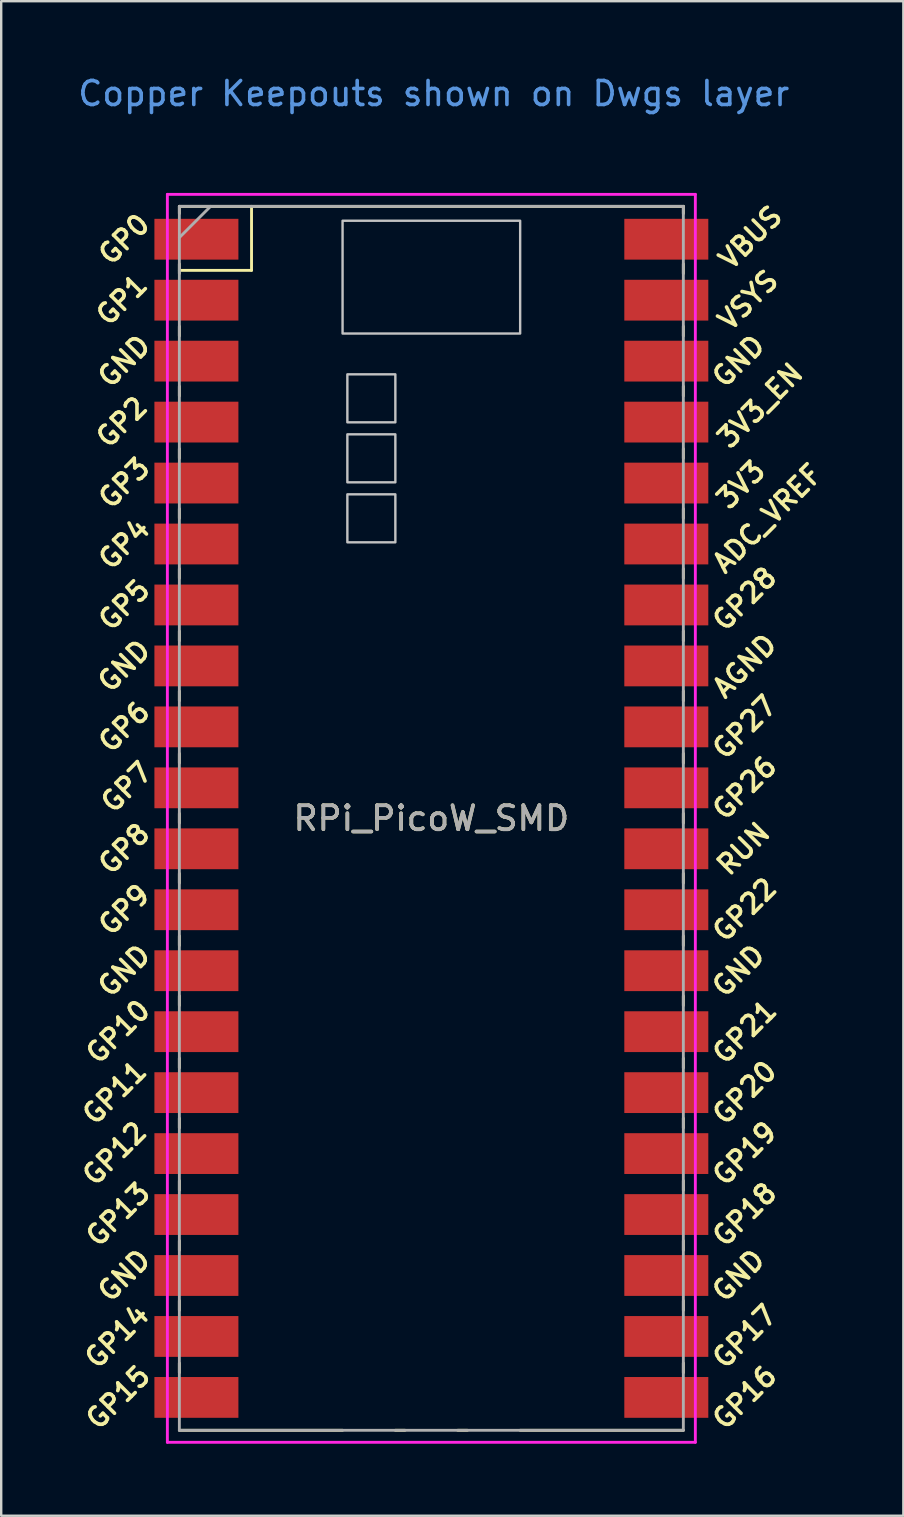
<source format=kicad_pcb>
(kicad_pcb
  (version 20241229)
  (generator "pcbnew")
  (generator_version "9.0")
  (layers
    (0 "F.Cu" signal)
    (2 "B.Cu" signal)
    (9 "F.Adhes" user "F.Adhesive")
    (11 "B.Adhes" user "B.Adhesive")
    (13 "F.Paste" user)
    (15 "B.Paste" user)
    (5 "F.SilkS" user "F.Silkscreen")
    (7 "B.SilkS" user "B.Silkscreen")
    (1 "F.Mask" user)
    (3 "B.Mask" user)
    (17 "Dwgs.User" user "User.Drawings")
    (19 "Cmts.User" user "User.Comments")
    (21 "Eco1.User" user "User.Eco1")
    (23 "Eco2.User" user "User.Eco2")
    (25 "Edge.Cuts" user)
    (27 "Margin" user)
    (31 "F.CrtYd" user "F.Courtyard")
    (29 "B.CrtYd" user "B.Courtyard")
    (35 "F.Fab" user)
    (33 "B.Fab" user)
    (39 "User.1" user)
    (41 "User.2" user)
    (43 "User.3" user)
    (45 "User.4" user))
  (footprint "RPi_PicoW_SMD"
    (layer "F.Cu")
    (at 14.924 31.048)
    (property "Reference" "RPi_PicoW_SMD" (at 0 0 0) (layer "F.SilkS") (effects (font (size 1 1) (thickness 0.15))))
    (attr through_hole)
    (fp_line (start -10.5 -25.5) (end -10.5 -25.2) (stroke (width 0.12) (type solid)) (layer "F.SilkS"))
    (fp_line (start -10.5 -25.5) (end 10.5 -25.5) (stroke (width 0.12) (type solid)) (layer "F.SilkS"))
    (fp_line (start -10.5 -23.1) (end -10.5 -22.7) (stroke (width 0.12) (type solid)) (layer "F.SilkS"))
    (fp_line (start -10.5 -22.833) (end -7.493 -22.833) (stroke (width 0.12) (type solid)) (layer "F.SilkS"))
    (fp_line (start -10.5 -20.5) (end -10.5 -20.1) (stroke (width 0.12) (type solid)) (layer "F.SilkS"))
    (fp_line (start -10.5 -18) (end -10.5 -17.6) (stroke (width 0.12) (type solid)) (layer "F.SilkS"))
    (fp_line (start -10.5 -15.4) (end -10.5 -15) (stroke (width 0.12) (type solid)) (layer "F.SilkS"))
    (fp_line (start -10.5 -12.9) (end -10.5 -12.5) (stroke (width 0.12) (type solid)) (layer "F.SilkS"))
    (fp_line (start -10.5 -10.4) (end -10.5 -10) (stroke (width 0.12) (type solid)) (layer "F.SilkS"))
    (fp_line (start -10.5 -7.8) (end -10.5 -7.4) (stroke (width 0.12) (type solid)) (layer "F.SilkS"))
    (fp_line (start -10.5 -5.3) (end -10.5 -4.9) (stroke (width 0.12) (type solid)) (layer "F.SilkS"))
    (fp_line (start -10.5 -2.7) (end -10.5 -2.3) (stroke (width 0.12) (type solid)) (layer "F.SilkS"))
    (fp_line (start -10.5 -0.2) (end -10.5 0.2) (stroke (width 0.12) (type solid)) (layer "F.SilkS"))
    (fp_line (start -10.5 2.3) (end -10.5 2.7) (stroke (width 0.12) (type solid)) (layer "F.SilkS"))
    (fp_line (start -10.5 4.9) (end -10.5 5.3) (stroke (width 0.12) (type solid)) (layer "F.SilkS"))
    (fp_line (start -10.5 7.4) (end -10.5 7.8) (stroke (width 0.12) (type solid)) (layer "F.SilkS"))
    (fp_line (start -10.5 10) (end -10.5 10.4) (stroke (width 0.12) (type solid)) (layer "F.SilkS"))
    (fp_line (start -10.5 12.5) (end -10.5 12.9) (stroke (width 0.12) (type solid)) (layer "F.SilkS"))
    (fp_line (start -10.5 15.1) (end -10.5 15.5) (stroke (width 0.12) (type solid)) (layer "F.SilkS"))
    (fp_line (start -10.5 17.6) (end -10.5 18) (stroke (width 0.12) (type solid)) (layer "F.SilkS"))
    (fp_line (start -10.5 20.1) (end -10.5 20.5) (stroke (width 0.12) (type solid)) (layer "F.SilkS"))
    (fp_line (start -10.5 22.7) (end -10.5 23.1) (stroke (width 0.12) (type solid)) (layer "F.SilkS"))
    (fp_line (start -7.493 -22.833) (end -7.493 -25.5) (stroke (width 0.12) (type solid)) (layer "F.SilkS"))
    (fp_line (start -3.7 25.5) (end -10.5 25.5) (stroke (width 0.12) (type solid)) (layer "F.SilkS"))
    (fp_line (start -1.5 25.5) (end -1.1 25.5) (stroke (width 0.12) (type solid)) (layer "F.SilkS"))
    (fp_line (start 1.1 25.5) (end 1.5 25.5) (stroke (width 0.12) (type solid)) (layer "F.SilkS"))
    (fp_line (start 10.5 -25.5) (end 10.5 -25.2) (stroke (width 0.12) (type solid)) (layer "F.SilkS"))
    (fp_line (start 10.5 -23.1) (end 10.5 -22.7) (stroke (width 0.12) (type solid)) (layer "F.SilkS"))
    (fp_line (start 10.5 -20.5) (end 10.5 -20.1) (stroke (width 0.12) (type solid)) (layer "F.SilkS"))
    (fp_line (start 10.5 -18) (end 10.5 -17.6) (stroke (width 0.12) (type solid)) (layer "F.SilkS"))
    (fp_line (start 10.5 -15.4) (end 10.5 -15) (stroke (width 0.12) (type solid)) (layer "F.SilkS"))
    (fp_line (start 10.5 -12.9) (end 10.5 -12.5) (stroke (width 0.12) (type solid)) (layer "F.SilkS"))
    (fp_line (start 10.5 -10.4) (end 10.5 -10) (stroke (width 0.12) (type solid)) (layer "F.SilkS"))
    (fp_line (start 10.5 -7.8) (end 10.5 -7.4) (stroke (width 0.12) (type solid)) (layer "F.SilkS"))
    (fp_line (start 10.5 -5.3) (end 10.5 -4.9) (stroke (width 0.12) (type solid)) (layer "F.SilkS"))
    (fp_line (start 10.5 -2.7) (end 10.5 -2.3) (stroke (width 0.12) (type solid)) (layer "F.SilkS"))
    (fp_line (start 10.5 -0.2) (end 10.5 0.2) (stroke (width 0.12) (type solid)) (layer "F.SilkS"))
    (fp_line (start 10.5 2.3) (end 10.5 2.7) (stroke (width 0.12) (type solid)) (layer "F.SilkS"))
    (fp_line (start 10.5 4.9) (end 10.5 5.3) (stroke (width 0.12) (type solid)) (layer "F.SilkS"))
    (fp_line (start 10.5 7.4) (end 10.5 7.8) (stroke (width 0.12) (type solid)) (layer "F.SilkS"))
    (fp_line (start 10.5 10) (end 10.5 10.4) (stroke (width 0.12) (type solid)) (layer "F.SilkS"))
    (fp_line (start 10.5 12.5) (end 10.5 12.9) (stroke (width 0.12) (type solid)) (layer "F.SilkS"))
    (fp_line (start 10.5 15.1) (end 10.5 15.5) (stroke (width 0.12) (type solid)) (layer "F.SilkS"))
    (fp_line (start 10.5 17.6) (end 10.5 18) (stroke (width 0.12) (type solid)) (layer "F.SilkS"))
    (fp_line (start 10.5 20.1) (end 10.5 20.5) (stroke (width 0.12) (type solid)) (layer "F.SilkS"))
    (fp_line (start 10.5 22.7) (end 10.5 23.1) (stroke (width 0.12) (type solid)) (layer "F.SilkS"))
    (fp_line (start 10.5 25.5) (end 3.7 25.5) (stroke (width 0.12) (type solid)) (layer "F.SilkS"))
    (fp_poly (pts (xy -1.5 -16.5) (xy -3.5 -16.5) (xy -3.5 -18.5) (xy -1.5 -18.5)) (stroke (width 0.1) (type solid)) (fill no) (layer "Dwgs.User"))
    (fp_poly (pts (xy -1.5 -14) (xy -3.5 -14) (xy -3.5 -16) (xy -1.5 -16)) (stroke (width 0.1) (type solid)) (fill no) (layer "Dwgs.User"))
    (fp_poly (pts (xy -1.5 -11.5) (xy -3.5 -11.5) (xy -3.5 -13.5) (xy -1.5 -13.5)) (stroke (width 0.1) (type solid)) (fill no) (layer "Dwgs.User"))
    (fp_poly (pts (xy 3.7 -20.2) (xy -3.7 -20.2) (xy -3.7 -24.9) (xy 3.7 -24.9)) (stroke (width 0.1) (type solid)) (fill no) (layer "Dwgs.User"))
    (fp_line (start -11 -26) (end 11 -26) (stroke (width 0.12) (type solid)) (layer "F.CrtYd"))
    (fp_line (start -11 26) (end -11 -26) (stroke (width 0.12) (type solid)) (layer "F.CrtYd"))
    (fp_line (start 11 -26) (end 11 26) (stroke (width 0.12) (type solid)) (layer "F.CrtYd"))
    (fp_line (start 11 26) (end -11 26) (stroke (width 0.12) (type solid)) (layer "F.CrtYd"))
    (fp_line (start -10.5 -25.5) (end 10.5 -25.5) (stroke (width 0.12) (type solid)) (layer "F.Fab"))
    (fp_line (start -10.5 -24.2) (end -9.2 -25.5) (stroke (width 0.12) (type solid)) (layer "F.Fab"))
    (fp_line (start -10.5 25.5) (end -10.5 -25.5) (stroke (width 0.12) (type solid)) (layer "F.Fab"))
    (fp_line (start 10.5 -25.5) (end 10.5 25.5) (stroke (width 0.12) (type solid)) (layer "F.Fab"))
    (fp_line (start 10.5 25.5) (end -10.5 25.5) (stroke (width 0.12) (type solid)) (layer "F.Fab"))
    (fp_text user "GP26" (at 13.054 -1.27 45) (layer "F.SilkS") (effects (font (size 0.8 0.8) (thickness 0.15))))
    (fp_text user "GP20" (at 13.054 11.43 45) (layer "F.SilkS") (effects (font (size 0.8 0.8) (thickness 0.15))))
    (fp_text user "VSYS" (at 13.2 -21.59 45) (layer "F.SilkS") (effects (font (size 0.8 0.8) (thickness 0.15))))
    (fp_text user "GP9" (at -12.8 3.81 45) (layer "F.SilkS") (effects (font (size 0.8 0.8) (thickness 0.15))))
    (fp_text user "GP14" (at -13.1 21.59 45) (layer "F.SilkS") (effects (font (size 0.8 0.8) (thickness 0.15))))
    (fp_text user "RUN" (at 13 1.27 45) (layer "F.SilkS") (effects (font (size 0.8 0.8) (thickness 0.15))))
    (fp_text user "GP28" (at 13.054 -9.144 45) (layer "F.SilkS") (effects (font (size 0.8 0.8) (thickness 0.15))))
    (fp_text user "GP2" (at -12.9 -16.51 45) (layer "F.SilkS") (effects (font (size 0.8 0.8) (thickness 0.15))))
    (fp_text user "GP3" (at -12.8 -13.97 45) (layer "F.SilkS") (effects (font (size 0.8 0.8) (thickness 0.15))))
    (fp_text user "GND" (at 12.8 6.35 45) (layer "F.SilkS") (effects (font (size 0.8 0.8) (thickness 0.15))))
    (fp_text user "3V3" (at 12.9 -13.9 45) (layer "F.SilkS") (effects (font (size 0.8 0.8) (thickness 0.15))))
    (fp_text user "GP19" (at 13.054 13.97 45) (layer "F.SilkS") (effects (font (size 0.8 0.8) (thickness 0.15))))
    (fp_text user "GP1" (at -12.9 -21.6 45) (layer "F.SilkS") (effects (font (size 0.8 0.8) (thickness 0.15))))
    (fp_text user "GP18" (at 13.054 16.51 45) (layer "F.SilkS") (effects (font (size 0.8 0.8) (thickness 0.15))))
    (fp_text user "GP10" (at -13.054 8.89 45) (layer "F.SilkS") (effects (font (size 0.8 0.8) (thickness 0.15))))
    (fp_text user "GP8" (at -12.8 1.27 45) (layer "F.SilkS") (effects (font (size 0.8 0.8) (thickness 0.15))))
    (fp_text user "ADC_VREF" (at 14 -12.5 45) (layer "F.SilkS") (effects (font (size 0.8 0.8) (thickness 0.15))))
    (fp_text user "GP27" (at 13.054 -3.8 45) (layer "F.SilkS") (effects (font (size 0.8 0.8) (thickness 0.15))))
    (fp_text user "GP11" (at -13.2 11.43 45) (layer "F.SilkS") (effects (font (size 0.8 0.8) (thickness 0.15))))
    (fp_text user "VBUS" (at 13.3 -24.2 45) (layer "F.SilkS") (effects (font (size 0.8 0.8) (thickness 0.15))))
    (fp_text user "GND" (at 12.8 19.05 45) (layer "F.SilkS") (effects (font (size 0.8 0.8) (thickness 0.15))))
    (fp_text user "GP12" (at -13.2 13.97 45) (layer "F.SilkS") (effects (font (size 0.8 0.8) (thickness 0.15))))
    (fp_text user "GND" (at -12.8 19.05 45) (layer "F.SilkS") (effects (font (size 0.8 0.8) (thickness 0.15))))
    (fp_text user "AGND" (at 13.054 -6.35 45) (layer "F.SilkS") (effects (font (size 0.8 0.8) (thickness 0.15))))
    (fp_text user "GP13" (at -13.054 16.51 45) (layer "F.SilkS") (effects (font (size 0.8 0.8) (thickness 0.15))))
    (fp_text user "GP6" (at -12.8 -3.81 45) (layer "F.SilkS") (effects (font (size 0.8 0.8) (thickness 0.15))))
    (fp_text user "GP16" (at 13.054 24.13 45) (layer "F.SilkS") (effects (font (size 0.8 0.8) (thickness 0.15))))
    (fp_text user "GND" (at -12.8 6.35 45) (layer "F.SilkS") (effects (font (size 0.8 0.8) (thickness 0.15))))
    (fp_text user "GP4" (at -12.8 -11.43 45) (layer "F.SilkS") (effects (font (size 0.8 0.8) (thickness 0.15))))
    (fp_text user "GP5" (at -12.8 -8.89 45) (layer "F.SilkS") (effects (font (size 0.8 0.8) (thickness 0.15))))
    (fp_text user "GP7" (at -12.7 -1.3 45) (layer "F.SilkS") (effects (font (size 0.8 0.8) (thickness 0.15))))
    (fp_text user "GP21" (at 13.054 8.9 45) (layer "F.SilkS") (effects (font (size 0.8 0.8) (thickness 0.15))))
    (fp_text user "GND" (at -12.8 -19.05 45) (layer "F.SilkS") (effects (font (size 0.8 0.8) (thickness 0.15))))
    (fp_text user "GP17" (at 13.054 21.59 45) (layer "F.SilkS") (effects (font (size 0.8 0.8) (thickness 0.15))))
    (fp_text user "3V3_EN" (at 13.7 -17.2 45) (layer "F.SilkS") (effects (font (size 0.8 0.8) (thickness 0.15))))
    (fp_text user "GP0" (at -12.8 -24.13 45) (layer "F.SilkS") (effects (font (size 0.8 0.8) (thickness 0.15))))
    (fp_text user "GP22" (at 13.054 3.81 45) (layer "F.SilkS") (effects (font (size 0.8 0.8) (thickness 0.15))))
    (fp_text user "GP15" (at -13.054 24.13 45) (layer "F.SilkS") (effects (font (size 0.8 0.8) (thickness 0.15))))
    (fp_text user "GND" (at -12.8 -6.35 45) (layer "F.SilkS") (effects (font (size 0.8 0.8) (thickness 0.15))))
    (fp_text user "GND" (at 12.8 -19.05 45) (layer "F.SilkS") (effects (font (size 0.8 0.8) (thickness 0.15))))
    (fp_text user "Copper Keepouts shown on Dwgs layer" (at 0.1 -30.2 0) (layer "Cmts.User") (effects (font (size 1 1) (thickness 0.15))))
    (fp_text user "${REFERENCE}" (at 0 0 180) (layer "F.Fab") (effects (font (size 1 1) (thickness 0.15))))
    (pad "1" smd rect (at -8.89 -24.13) (size 3.5 1.7) (drill (offset -0.9 0)) (layers "F.Cu" "F.Mask"))
    (pad "2" smd rect (at -8.89 -21.59) (size 3.5 1.7) (drill (offset -0.9 0)) (layers "F.Cu" "F.Mask"))
    (pad "3" smd rect (at -8.89 -19.05) (size 3.5 1.7) (drill (offset -0.9 0)) (layers "F.Cu" "F.Mask"))
    (pad "4" smd rect (at -8.89 -16.51) (size 3.5 1.7) (drill (offset -0.9 0)) (layers "F.Cu" "F.Mask"))
    (pad "5" smd rect (at -8.89 -13.97) (size 3.5 1.7) (drill (offset -0.9 0)) (layers "F.Cu" "F.Mask"))
    (pad "6" smd rect (at -8.89 -11.43) (size 3.5 1.7) (drill (offset -0.9 0)) (layers "F.Cu" "F.Mask"))
    (pad "7" smd rect (at -8.89 -8.89) (size 3.5 1.7) (drill (offset -0.9 0)) (layers "F.Cu" "F.Mask"))
    (pad "8" smd rect (at -8.89 -6.35) (size 3.5 1.7) (drill (offset -0.9 0)) (layers "F.Cu" "F.Mask"))
    (pad "9" smd rect (at -8.89 -3.81) (size 3.5 1.7) (drill (offset -0.9 0)) (layers "F.Cu" "F.Mask"))
    (pad "10" smd rect (at -8.89 -1.27) (size 3.5 1.7) (drill (offset -0.9 0)) (layers "F.Cu" "F.Mask"))
    (pad "11" smd rect (at -8.89 1.27) (size 3.5 1.7) (drill (offset -0.9 0)) (layers "F.Cu" "F.Mask"))
    (pad "12" smd rect (at -8.89 3.81) (size 3.5 1.7) (drill (offset -0.9 0)) (layers "F.Cu" "F.Mask"))
    (pad "13" smd rect (at -8.89 6.35) (size 3.5 1.7) (drill (offset -0.9 0)) (layers "F.Cu" "F.Mask"))
    (pad "14" smd rect (at -8.89 8.89) (size 3.5 1.7) (drill (offset -0.9 0)) (layers "F.Cu" "F.Mask"))
    (pad "15" smd rect (at -8.89 11.43) (size 3.5 1.7) (drill (offset -0.9 0)) (layers "F.Cu" "F.Mask"))
    (pad "16" smd rect (at -8.89 13.97) (size 3.5 1.7) (drill (offset -0.9 0)) (layers "F.Cu" "F.Mask"))
    (pad "17" smd rect (at -8.89 16.51) (size 3.5 1.7) (drill (offset -0.9 0)) (layers "F.Cu" "F.Mask"))
    (pad "18" smd rect (at -8.89 19.05) (size 3.5 1.7) (drill (offset -0.9 0)) (layers "F.Cu" "F.Mask"))
    (pad "19" smd rect (at -8.89 21.59) (size 3.5 1.7) (drill (offset -0.9 0)) (layers "F.Cu" "F.Mask"))
    (pad "20" smd rect (at -8.89 24.13) (size 3.5 1.7) (drill (offset -0.9 0)) (layers "F.Cu" "F.Mask"))
    (pad "21" smd rect (at 8.89 24.13) (size 3.5 1.7) (drill (offset 0.9 0)) (layers "F.Cu" "F.Mask"))
    (pad "22" smd rect (at 8.89 21.59) (size 3.5 1.7) (drill (offset 0.9 0)) (layers "F.Cu" "F.Mask"))
    (pad "23" smd rect (at 8.89 19.05) (size 3.5 1.7) (drill (offset 0.9 0)) (layers "F.Cu" "F.Mask"))
    (pad "24" smd rect (at 8.89 16.51) (size 3.5 1.7) (drill (offset 0.9 0)) (layers "F.Cu" "F.Mask"))
    (pad "25" smd rect (at 8.89 13.97) (size 3.5 1.7) (drill (offset 0.9 0)) (layers "F.Cu" "F.Mask"))
    (pad "26" smd rect (at 8.89 11.43) (size 3.5 1.7) (drill (offset 0.9 0)) (layers "F.Cu" "F.Mask"))
    (pad "27" smd rect (at 8.89 8.89) (size 3.5 1.7) (drill (offset 0.9 0)) (layers "F.Cu" "F.Mask"))
    (pad "28" smd rect (at 8.89 6.35) (size 3.5 1.7) (drill (offset 0.9 0)) (layers "F.Cu" "F.Mask"))
    (pad "29" smd rect (at 8.89 3.81) (size 3.5 1.7) (drill (offset 0.9 0)) (layers "F.Cu" "F.Mask"))
    (pad "30" smd rect (at 8.89 1.27) (size 3.5 1.7) (drill (offset 0.9 0)) (layers "F.Cu" "F.Mask"))
    (pad "31" smd rect (at 8.89 -1.27) (size 3.5 1.7) (drill (offset 0.9 0)) (layers "F.Cu" "F.Mask"))
    (pad "32" smd rect (at 8.89 -3.81) (size 3.5 1.7) (drill (offset 0.9 0)) (layers "F.Cu" "F.Mask"))
    (pad "33" smd rect (at 8.89 -6.35) (size 3.5 1.7) (drill (offset 0.9 0)) (layers "F.Cu" "F.Mask"))
    (pad "34" smd rect (at 8.89 -8.89) (size 3.5 1.7) (drill (offset 0.9 0)) (layers "F.Cu" "F.Mask"))
    (pad "35" smd rect (at 8.89 -11.43) (size 3.5 1.7) (drill (offset 0.9 0)) (layers "F.Cu" "F.Mask"))
    (pad "36" smd rect (at 8.89 -13.97) (size 3.5 1.7) (drill (offset 0.9 0)) (layers "F.Cu" "F.Mask"))
    (pad "37" smd rect (at 8.89 -16.51) (size 3.5 1.7) (drill (offset 0.9 0)) (layers "F.Cu" "F.Mask"))
    (pad "38" smd rect (at 8.89 -19.05) (size 3.5 1.7) (drill (offset 0.9 0)) (layers "F.Cu" "F.Mask"))
    (pad "39" smd rect (at 8.89 -21.59) (size 3.5 1.7) (drill (offset 0.9 0)) (layers "F.Cu" "F.Mask"))
    (pad "40" smd rect (at 8.89 -24.13) (size 3.5 1.7) (drill (offset 0.9 0)) (layers "F.Cu" "F.Mask")))
  (gr_rect
    (start -3 -3)
    (end 34.591 60.108)
    (stroke (width 0.1) (type default))
    (fill no)
    (layer "Edge.Cuts")))
</source>
